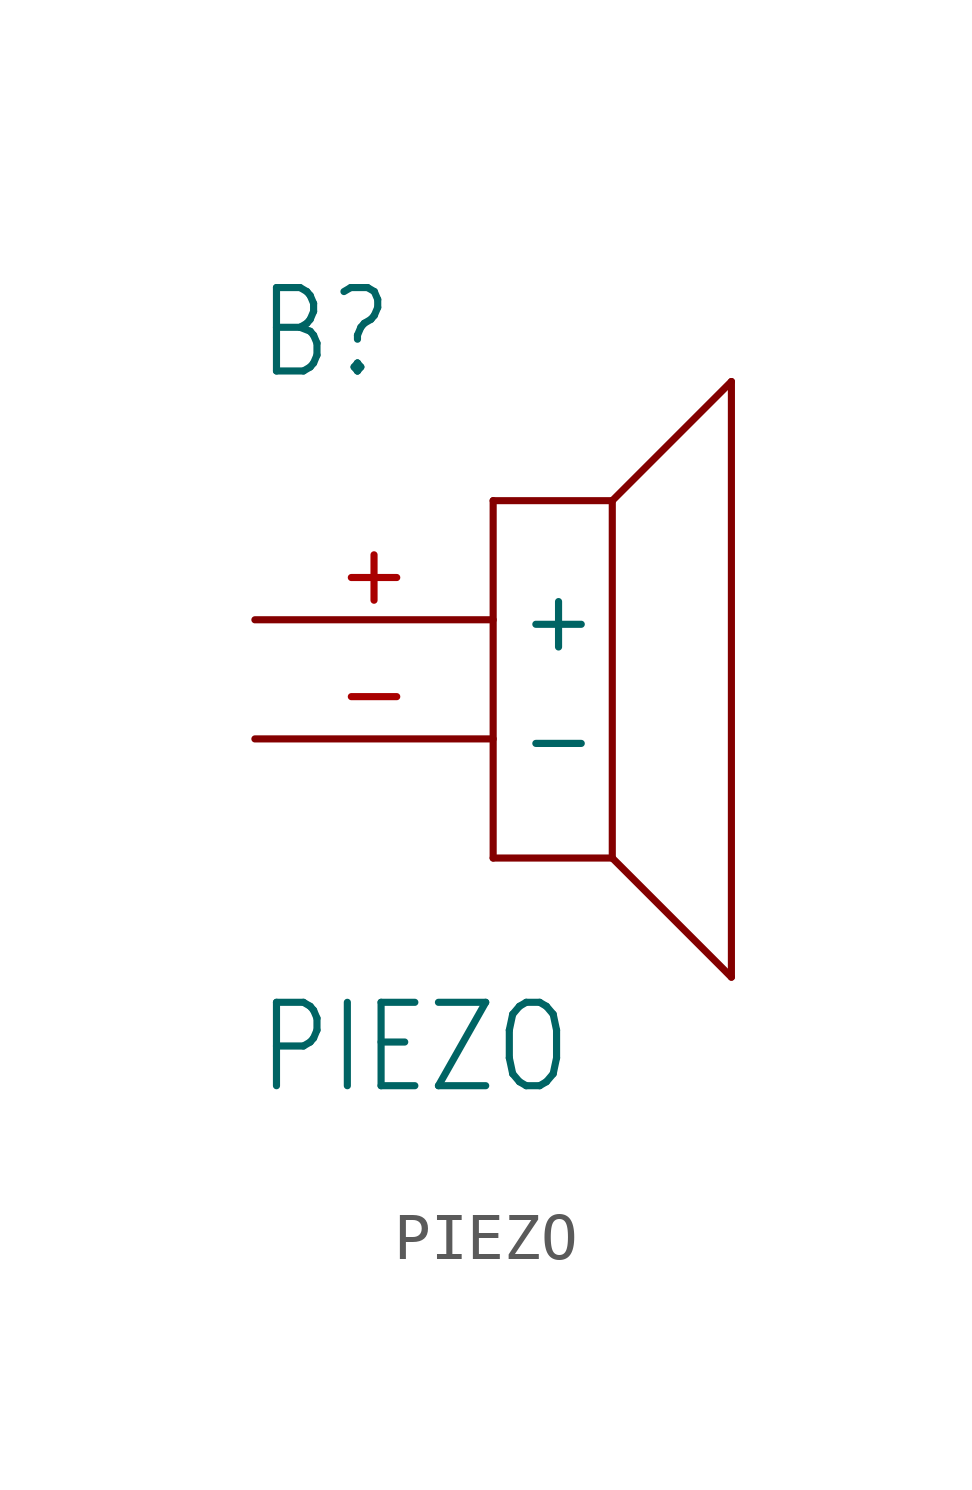
<source format=kicad_sym>
(kicad_symbol_lib
  (version 20211014)
  (generator kicad_symbol_editor)
  (symbol "PIEZO"
    (property "Reference" "B"
      (at -5.08 10.16 0)
      (effects (font (size 1.778 1.511)) (justify left bottom)))
    (property "Value" "PIEZO"
      (at -5.08 -5.08 0)
      (effects (font (size 1.778 1.511)) (justify left bottom)))
    (property "ki_locked" ""
      (at 0 0 0)
      (effects (font (size 1.27 1.27))))
    (symbol "PIEZO_1_0"
      (polyline (pts (xy 0 0) (xy 0 7.62)) (stroke (width 0.152) (type default) (color 0 0 0 0)) (fill (type none)))
      (polyline (pts (xy 0 7.62) (xy 2.54 7.62)) (stroke (width 0.152) (type default) (color 0 0 0 0)) (fill (type none)))
      (polyline (pts (xy 2.54 0) (xy 0 0)) (stroke (width 0.152) (type default) (color 0 0 0 0)) (fill (type none)))
      (polyline (pts (xy 2.54 7.62) (xy 2.54 0)) (stroke (width 0.152) (type default) (color 0 0 0 0)) (fill (type none)))
      (polyline (pts (xy 2.54 7.62) (xy 5.08 10.16)) (stroke (width 0.152) (type default) (color 0 0 0 0)) (fill (type none)))
      (polyline (pts (xy 5.08 -2.54) (xy 2.54 0)) (stroke (width 0.152) (type default) (color 0 0 0 0)) (fill (type none)))
      (polyline (pts (xy 5.08 10.16) (xy 5.08 -2.54)) (stroke (width 0.152) (type default) (color 0 0 0 0)) (fill (type none)))
      (pin passive line (at -5.08 5.08 0) (length 5.08) (name "+" (effects (font (size 1.27 1.27)))) (number "+" (effects (font (size 1.27 1.27)))))
      (pin passive line (at -5.08 2.54 0) (length 5.08) (name "-" (effects (font (size 1.27 1.27)))) (number "-" (effects (font (size 1.27 1.27))))))))
</source>
